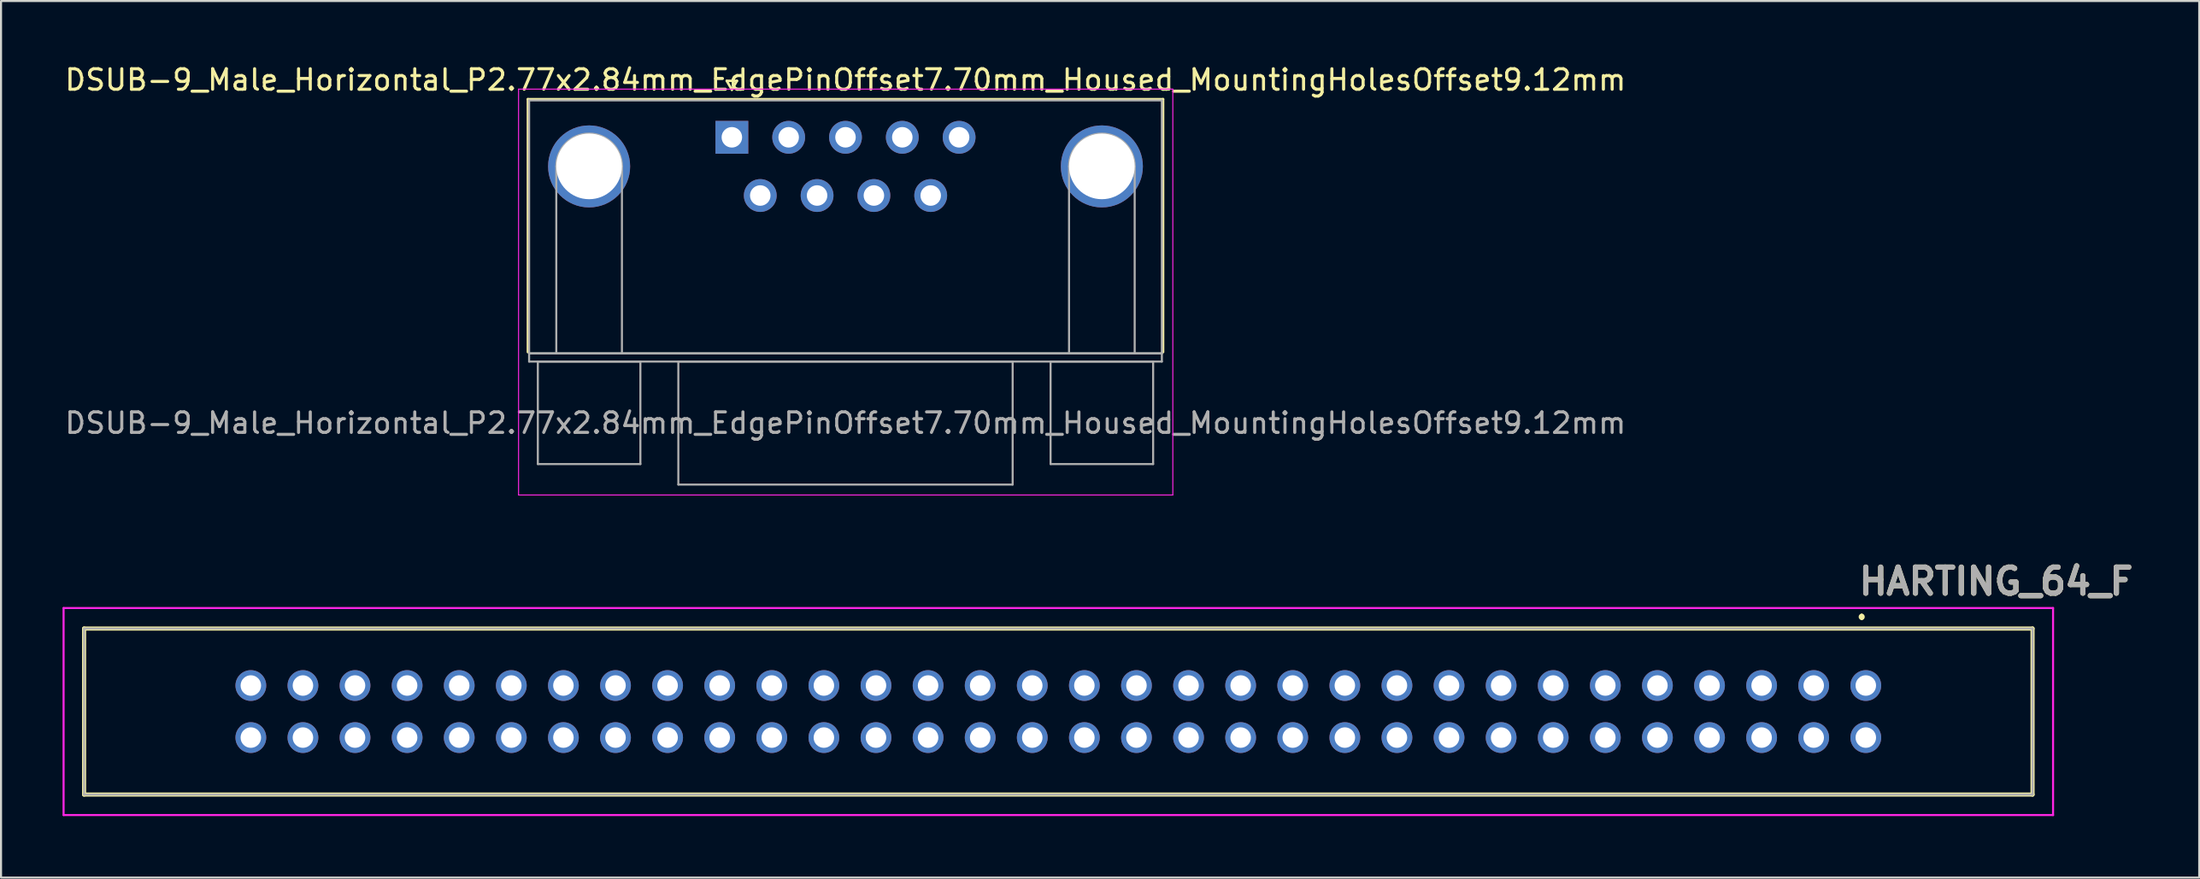
<source format=kicad_pcb>
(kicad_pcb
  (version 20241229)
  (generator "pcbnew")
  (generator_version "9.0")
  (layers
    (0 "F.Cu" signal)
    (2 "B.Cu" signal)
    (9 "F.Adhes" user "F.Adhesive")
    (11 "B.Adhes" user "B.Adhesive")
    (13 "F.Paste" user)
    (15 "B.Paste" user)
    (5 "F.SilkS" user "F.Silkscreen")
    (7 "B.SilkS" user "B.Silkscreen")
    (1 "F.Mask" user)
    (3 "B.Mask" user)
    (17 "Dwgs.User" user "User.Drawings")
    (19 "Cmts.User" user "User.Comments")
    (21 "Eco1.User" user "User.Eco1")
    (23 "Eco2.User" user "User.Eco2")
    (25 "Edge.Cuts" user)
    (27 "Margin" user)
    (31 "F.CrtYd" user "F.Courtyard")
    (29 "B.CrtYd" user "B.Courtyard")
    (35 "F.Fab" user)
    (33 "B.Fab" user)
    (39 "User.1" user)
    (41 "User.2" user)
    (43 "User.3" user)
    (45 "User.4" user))
  (footprint "DSUB-9_Male_Horizontal_P2.77x2.84mm_EdgePinOffset7.70mm_Housed_MountingHolesOffset9.12mm"
    (layer "F.Cu")
    (at 32.633 3.648)
    (property "Reference" "DSUB-9_Male_Horizontal_P2.77x2.84mm_EdgePinOffset7.70mm_Housed_MountingHolesOffset9.12mm" (at 5.54 -2.8 0) (layer "F.SilkS") (effects (font (size 1 1) (thickness 0.15))))
    (attr through_hole)
    (fp_line (start -9.945 -1.86) (end 21.025 -1.86) (stroke (width 0.12) (type solid)) (layer "F.SilkS"))
    (fp_line (start -9.945 10.48) (end -9.945 -1.86) (stroke (width 0.12) (type solid)) (layer "F.SilkS"))
    (fp_line (start -0.25 -2.754) (end 0.25 -2.754) (stroke (width 0.12) (type solid)) (layer "F.SilkS"))
    (fp_line (start 0 -2.321) (end -0.25 -2.754) (stroke (width 0.12) (type solid)) (layer "F.SilkS"))
    (fp_line (start 0.25 -2.754) (end 0 -2.321) (stroke (width 0.12) (type solid)) (layer "F.SilkS"))
    (fp_line (start 21.025 -1.86) (end 21.025 10.48) (stroke (width 0.12) (type solid)) (layer "F.SilkS"))
    (fp_line (start -10.4 -2.35) (end -10.4 17.45) (stroke (width 0.05) (type solid)) (layer "F.CrtYd"))
    (fp_line (start -10.4 17.45) (end 21.5 17.45) (stroke (width 0.05) (type solid)) (layer "F.CrtYd"))
    (fp_line (start 21.5 -2.35) (end -10.4 -2.35) (stroke (width 0.05) (type solid)) (layer "F.CrtYd"))
    (fp_line (start 21.5 17.45) (end 21.5 -2.35) (stroke (width 0.05) (type solid)) (layer "F.CrtYd"))
    (fp_line (start -9.885 -1.8) (end -9.885 10.54) (stroke (width 0.1) (type solid)) (layer "F.Fab"))
    (fp_line (start -9.885 10.54) (end -9.885 10.94) (stroke (width 0.1) (type solid)) (layer "F.Fab"))
    (fp_line (start -9.885 10.54) (end 20.965 10.54) (stroke (width 0.1) (type solid)) (layer "F.Fab"))
    (fp_line (start -9.885 10.94) (end 20.965 10.94) (stroke (width 0.1) (type solid)) (layer "F.Fab"))
    (fp_line (start -9.46 10.94) (end -9.46 15.94) (stroke (width 0.1) (type solid)) (layer "F.Fab"))
    (fp_line (start -9.46 15.94) (end -4.46 15.94) (stroke (width 0.1) (type solid)) (layer "F.Fab"))
    (fp_line (start -8.56 10.54) (end -8.56 1.42) (stroke (width 0.1) (type solid)) (layer "F.Fab"))
    (fp_line (start -5.36 10.54) (end -5.36 1.42) (stroke (width 0.1) (type solid)) (layer "F.Fab"))
    (fp_line (start -4.46 10.94) (end -9.46 10.94) (stroke (width 0.1) (type solid)) (layer "F.Fab"))
    (fp_line (start -4.46 15.94) (end -4.46 10.94) (stroke (width 0.1) (type solid)) (layer "F.Fab"))
    (fp_line (start -2.61 10.94) (end -2.61 16.94) (stroke (width 0.1) (type solid)) (layer "F.Fab"))
    (fp_line (start -2.61 16.94) (end 13.69 16.94) (stroke (width 0.1) (type solid)) (layer "F.Fab"))
    (fp_line (start 13.69 10.94) (end -2.61 10.94) (stroke (width 0.1) (type solid)) (layer "F.Fab"))
    (fp_line (start 13.69 16.94) (end 13.69 10.94) (stroke (width 0.1) (type solid)) (layer "F.Fab"))
    (fp_line (start 15.54 10.94) (end 15.54 15.94) (stroke (width 0.1) (type solid)) (layer "F.Fab"))
    (fp_line (start 15.54 15.94) (end 20.54 15.94) (stroke (width 0.1) (type solid)) (layer "F.Fab"))
    (fp_line (start 16.44 10.54) (end 16.44 1.42) (stroke (width 0.1) (type solid)) (layer "F.Fab"))
    (fp_line (start 19.64 10.54) (end 19.64 1.42) (stroke (width 0.1) (type solid)) (layer "F.Fab"))
    (fp_line (start 20.54 10.94) (end 15.54 10.94) (stroke (width 0.1) (type solid)) (layer "F.Fab"))
    (fp_line (start 20.54 15.94) (end 20.54 10.94) (stroke (width 0.1) (type solid)) (layer "F.Fab"))
    (fp_line (start 20.965 -1.8) (end -9.885 -1.8) (stroke (width 0.1) (type solid)) (layer "F.Fab"))
    (fp_line (start 20.965 10.54) (end -9.885 10.54) (stroke (width 0.1) (type solid)) (layer "F.Fab"))
    (fp_line (start 20.965 10.54) (end 20.965 -1.8) (stroke (width 0.1) (type solid)) (layer "F.Fab"))
    (fp_line (start 20.965 10.94) (end 20.965 10.54) (stroke (width 0.1) (type solid)) (layer "F.Fab"))
    (fp_arc (start -8.56 1.42) (mid -6.96 -0.18) (end -5.36 1.42) (stroke (width 0.1) (type solid)) (layer "F.Fab"))
    (fp_arc (start 16.44 1.42) (mid 18.04 -0.18) (end 19.64 1.42) (stroke (width 0.1) (type solid)) (layer "F.Fab"))
    (fp_text user "${REFERENCE}" (at 5.54 13.94 0) (layer "F.Fab") (effects (font (size 1 1) (thickness 0.15))))
    (pad "0" thru_hole circle (at -6.96 1.42) (size 4 4) (drill 3.2) (layers "*.Cu" "*.Mask"))
    (pad "0" thru_hole circle (at 18.04 1.42) (size 4 4) (drill 3.2) (layers "*.Cu" "*.Mask"))
    (pad "1" thru_hole rect (at 0 0) (size 1.6 1.6) (drill 1) (layers "*.Cu" "*.Mask"))
    (pad "2" thru_hole circle (at 2.77 0) (size 1.6 1.6) (drill 1) (layers "*.Cu" "*.Mask"))
    (pad "3" thru_hole circle (at 5.54 0) (size 1.6 1.6) (drill 1) (layers "*.Cu" "*.Mask"))
    (pad "4" thru_hole circle (at 8.31 0) (size 1.6 1.6) (drill 1) (layers "*.Cu" "*.Mask"))
    (pad "5" thru_hole circle (at 11.08 0) (size 1.6 1.6) (drill 1) (layers "*.Cu" "*.Mask"))
    (pad "6" thru_hole circle (at 1.385 2.84) (size 1.6 1.6) (drill 1) (layers "*.Cu" "*.Mask"))
    (pad "7" thru_hole circle (at 4.155 2.84) (size 1.6 1.6) (drill 1) (layers "*.Cu" "*.Mask"))
    (pad "8" thru_hole circle (at 6.925 2.84) (size 1.6 1.6) (drill 1) (layers "*.Cu" "*.Mask"))
    (pad "9" thru_hole circle (at 9.695 2.84) (size 1.6 1.6) (drill 1) (layers "*.Cu" "*.Mask")))
  (footprint "HARTING_64_F"
    (layer "F.Cu")
    (at 87.92 30.392)
    (property "Reference" "HARTING_64_F" (at 6.35 -5.08 0) (layer "F.SilkS") (effects (font (size 1.27 1.27) (thickness 0.254))))
    (attr through_hole)
    (fp_line (start -86.87 -2.78) (end 8.13 -2.78) (stroke (width 0.2) (type solid)) (layer "F.SilkS"))
    (fp_line (start -86.87 5.32) (end -86.87 -2.78) (stroke (width 0.2) (type solid)) (layer "F.SilkS"))
    (fp_line (start -0.2 -3.4) (end -0.2 -3.4) (stroke (width 0.2) (type solid)) (layer "F.SilkS"))
    (fp_line (start -0.2 -3.3) (end -0.2 -3.3) (stroke (width 0.2) (type solid)) (layer "F.SilkS"))
    (fp_line (start 8.13 -2.78) (end 8.13 5.32) (stroke (width 0.2) (type solid)) (layer "F.SilkS"))
    (fp_line (start 8.13 5.32) (end -86.87 5.32) (stroke (width 0.2) (type solid)) (layer "F.SilkS"))
    (fp_arc (start -0.2 -3.4) (mid -0.15 -3.35) (end -0.2 -3.3) (stroke (width 0.2) (type solid)) (layer "F.SilkS"))
    (fp_arc (start -0.2 -3.3) (mid -0.25 -3.35) (end -0.2 -3.4) (stroke (width 0.2) (type solid)) (layer "F.SilkS"))
    (fp_line (start -87.87 -3.78) (end 9.13 -3.78) (stroke (width 0.1) (type solid)) (layer "F.CrtYd"))
    (fp_line (start -87.87 6.32) (end -87.87 -3.78) (stroke (width 0.1) (type solid)) (layer "F.CrtYd"))
    (fp_line (start 9.13 -3.78) (end 9.13 6.32) (stroke (width 0.1) (type solid)) (layer "F.CrtYd"))
    (fp_line (start 9.13 6.32) (end -87.87 6.32) (stroke (width 0.1) (type solid)) (layer "F.CrtYd"))
    (fp_line (start -86.87 -2.78) (end 8.13 -2.78) (stroke (width 0.1) (type solid)) (layer "F.Fab"))
    (fp_line (start -86.87 5.32) (end -86.87 -2.78) (stroke (width 0.1) (type solid)) (layer "F.Fab"))
    (fp_line (start 8.13 -2.78) (end 8.13 5.32) (stroke (width 0.1) (type solid)) (layer "F.Fab"))
    (fp_line (start 8.13 5.32) (end -86.87 5.32) (stroke (width 0.1) (type solid)) (layer "F.Fab"))
    (fp_text user "${REFERENCE}" (at 6.35 -5.08 0) (layer "F.Fab") (effects (font (size 1.27 1.27) (thickness 0.254))))
    (pad "" np_thru_hole circle (at -84.37 2.24) (size 0.001 0.001) (drill 2.8) (layers "*.Cu" "*.Mask"))
    (pad "" np_thru_hole circle (at 5.63 2.24) (size 0.001 0.001) (drill 2.8) (layers "*.Cu" "*.Mask"))
    (pad "A1" thru_hole circle (at 0 0) (size 1.5 1.5) (drill 1) (layers "*.Cu" "*.Mask"))
    (pad "A2" thru_hole circle (at -2.54 0) (size 1.5 1.5) (drill 1) (layers "*.Cu" "*.Mask"))
    (pad "A3" thru_hole circle (at -5.08 0) (size 1.5 1.5) (drill 1) (layers "*.Cu" "*.Mask"))
    (pad "A4" thru_hole circle (at -7.62 0) (size 1.5 1.5) (drill 1) (layers "*.Cu" "*.Mask"))
    (pad "A5" thru_hole circle (at -10.16 0) (size 1.5 1.5) (drill 1) (layers "*.Cu" "*.Mask"))
    (pad "A6" thru_hole circle (at -12.7 0) (size 1.5 1.5) (drill 1) (layers "*.Cu" "*.Mask"))
    (pad "A7" thru_hole circle (at -15.24 0) (size 1.5 1.5) (drill 1) (layers "*.Cu" "*.Mask"))
    (pad "A8" thru_hole circle (at -17.78 0) (size 1.5 1.5) (drill 1) (layers "*.Cu" "*.Mask"))
    (pad "A9" thru_hole circle (at -20.32 0) (size 1.5 1.5) (drill 1) (layers "*.Cu" "*.Mask"))
    (pad "A10" thru_hole circle (at -22.86 0) (size 1.5 1.5) (drill 1) (layers "*.Cu" "*.Mask"))
    (pad "A11" thru_hole circle (at -25.4 0) (size 1.5 1.5) (drill 1) (layers "*.Cu" "*.Mask"))
    (pad "A12" thru_hole circle (at -27.94 0) (size 1.5 1.5) (drill 1) (layers "*.Cu" "*.Mask"))
    (pad "A13" thru_hole circle (at -30.48 0) (size 1.5 1.5) (drill 1) (layers "*.Cu" "*.Mask"))
    (pad "A14" thru_hole circle (at -33.02 0) (size 1.5 1.5) (drill 1) (layers "*.Cu" "*.Mask"))
    (pad "A15" thru_hole circle (at -35.56 0) (size 1.5 1.5) (drill 1) (layers "*.Cu" "*.Mask"))
    (pad "A16" thru_hole circle (at -38.1 0) (size 1.5 1.5) (drill 1) (layers "*.Cu" "*.Mask"))
    (pad "A17" thru_hole circle (at -40.64 0) (size 1.5 1.5) (drill 1) (layers "*.Cu" "*.Mask"))
    (pad "A18" thru_hole circle (at -43.18 0) (size 1.5 1.5) (drill 1) (layers "*.Cu" "*.Mask"))
    (pad "A19" thru_hole circle (at -45.72 0) (size 1.5 1.5) (drill 1) (layers "*.Cu" "*.Mask"))
    (pad "A20" thru_hole circle (at -48.26 0) (size 1.5 1.5) (drill 1) (layers "*.Cu" "*.Mask"))
    (pad "A21" thru_hole circle (at -50.8 0) (size 1.5 1.5) (drill 1) (layers "*.Cu" "*.Mask"))
    (pad "A22" thru_hole circle (at -53.34 0) (size 1.5 1.5) (drill 1) (layers "*.Cu" "*.Mask"))
    (pad "A23" thru_hole circle (at -55.88 0) (size 1.5 1.5) (drill 1) (layers "*.Cu" "*.Mask"))
    (pad "A24" thru_hole circle (at -58.42 0) (size 1.5 1.5) (drill 1) (layers "*.Cu" "*.Mask"))
    (pad "A25" thru_hole circle (at -60.96 0) (size 1.5 1.5) (drill 1) (layers "*.Cu" "*.Mask"))
    (pad "A26" thru_hole circle (at -63.5 0) (size 1.5 1.5) (drill 1) (layers "*.Cu" "*.Mask"))
    (pad "A27" thru_hole circle (at -66.04 0) (size 1.5 1.5) (drill 1) (layers "*.Cu" "*.Mask"))
    (pad "A28" thru_hole circle (at -68.58 0) (size 1.5 1.5) (drill 1) (layers "*.Cu" "*.Mask"))
    (pad "A29" thru_hole circle (at -71.12 0) (size 1.5 1.5) (drill 1) (layers "*.Cu" "*.Mask"))
    (pad "A30" thru_hole circle (at -73.66 0) (size 1.5 1.5) (drill 1) (layers "*.Cu" "*.Mask"))
    (pad "A31" thru_hole circle (at -76.2 0) (size 1.5 1.5) (drill 1) (layers "*.Cu" "*.Mask"))
    (pad "A32" thru_hole circle (at -78.74 0) (size 1.5 1.5) (drill 1) (layers "*.Cu" "*.Mask"))
    (pad "B1" thru_hole circle (at 0 2.54) (size 1.5 1.5) (drill 1) (layers "*.Cu" "*.Mask"))
    (pad "B2" thru_hole circle (at -2.54 2.54) (size 1.5 1.5) (drill 1) (layers "*.Cu" "*.Mask"))
    (pad "B3" thru_hole circle (at -5.08 2.54) (size 1.5 1.5) (drill 1) (layers "*.Cu" "*.Mask"))
    (pad "B4" thru_hole circle (at -7.62 2.54) (size 1.5 1.5) (drill 1) (layers "*.Cu" "*.Mask"))
    (pad "B5" thru_hole circle (at -10.16 2.54) (size 1.5 1.5) (drill 1) (layers "*.Cu" "*.Mask"))
    (pad "B6" thru_hole circle (at -12.7 2.54) (size 1.5 1.5) (drill 1) (layers "*.Cu" "*.Mask"))
    (pad "B7" thru_hole circle (at -15.24 2.54) (size 1.5 1.5) (drill 1) (layers "*.Cu" "*.Mask"))
    (pad "B8" thru_hole circle (at -17.78 2.54) (size 1.5 1.5) (drill 1) (layers "*.Cu" "*.Mask"))
    (pad "B9" thru_hole circle (at -20.32 2.54) (size 1.5 1.5) (drill 1) (layers "*.Cu" "*.Mask"))
    (pad "B10" thru_hole circle (at -22.86 2.54) (size 1.5 1.5) (drill 1) (layers "*.Cu" "*.Mask"))
    (pad "B11" thru_hole circle (at -25.4 2.54) (size 1.5 1.5) (drill 1) (layers "*.Cu" "*.Mask"))
    (pad "B12" thru_hole circle (at -27.94 2.54) (size 1.5 1.5) (drill 1) (layers "*.Cu" "*.Mask"))
    (pad "B13" thru_hole circle (at -30.48 2.54) (size 1.5 1.5) (drill 1) (layers "*.Cu" "*.Mask"))
    (pad "B14" thru_hole circle (at -33.02 2.54) (size 1.5 1.5) (drill 1) (layers "*.Cu" "*.Mask"))
    (pad "B15" thru_hole circle (at -35.56 2.54) (size 1.5 1.5) (drill 1) (layers "*.Cu" "*.Mask"))
    (pad "B16" thru_hole circle (at -38.1 2.54) (size 1.5 1.5) (drill 1) (layers "*.Cu" "*.Mask"))
    (pad "B17" thru_hole circle (at -40.64 2.54) (size 1.5 1.5) (drill 1) (layers "*.Cu" "*.Mask"))
    (pad "B18" thru_hole circle (at -43.18 2.54) (size 1.5 1.5) (drill 1) (layers "*.Cu" "*.Mask"))
    (pad "B19" thru_hole circle (at -45.72 2.54) (size 1.5 1.5) (drill 1) (layers "*.Cu" "*.Mask"))
    (pad "B20" thru_hole circle (at -48.26 2.54) (size 1.5 1.5) (drill 1) (layers "*.Cu" "*.Mask"))
    (pad "B21" thru_hole circle (at -50.8 2.54) (size 1.5 1.5) (drill 1) (layers "*.Cu" "*.Mask"))
    (pad "B22" thru_hole circle (at -53.34 2.54) (size 1.5 1.5) (drill 1) (layers "*.Cu" "*.Mask"))
    (pad "B23" thru_hole circle (at -55.88 2.54) (size 1.5 1.5) (drill 1) (layers "*.Cu" "*.Mask"))
    (pad "B24" thru_hole circle (at -58.42 2.54) (size 1.5 1.5) (drill 1) (layers "*.Cu" "*.Mask"))
    (pad "B25" thru_hole circle (at -60.96 2.54) (size 1.5 1.5) (drill 1) (layers "*.Cu" "*.Mask"))
    (pad "B26" thru_hole circle (at -63.5 2.54) (size 1.5 1.5) (drill 1) (layers "*.Cu" "*.Mask"))
    (pad "B27" thru_hole circle (at -66.04 2.54) (size 1.5 1.5) (drill 1) (layers "*.Cu" "*.Mask"))
    (pad "B28" thru_hole circle (at -68.58 2.54) (size 1.5 1.5) (drill 1) (layers "*.Cu" "*.Mask"))
    (pad "B29" thru_hole circle (at -71.12 2.54) (size 1.5 1.5) (drill 1) (layers "*.Cu" "*.Mask"))
    (pad "B30" thru_hole circle (at -73.66 2.54) (size 1.5 1.5) (drill 1) (layers "*.Cu" "*.Mask"))
    (pad "B31" thru_hole circle (at -76.2 2.54) (size 1.5 1.5) (drill 1) (layers "*.Cu" "*.Mask"))
    (pad "B32" thru_hole circle (at -78.74 2.54) (size 1.5 1.5) (drill 1) (layers "*.Cu" "*.Mask")))
  (gr_rect
    (start -3 -3)
    (end 104.176 39.762)
    (stroke (width 0.1) (type default))
    (fill no)
    (layer "Edge.Cuts")))
</source>
